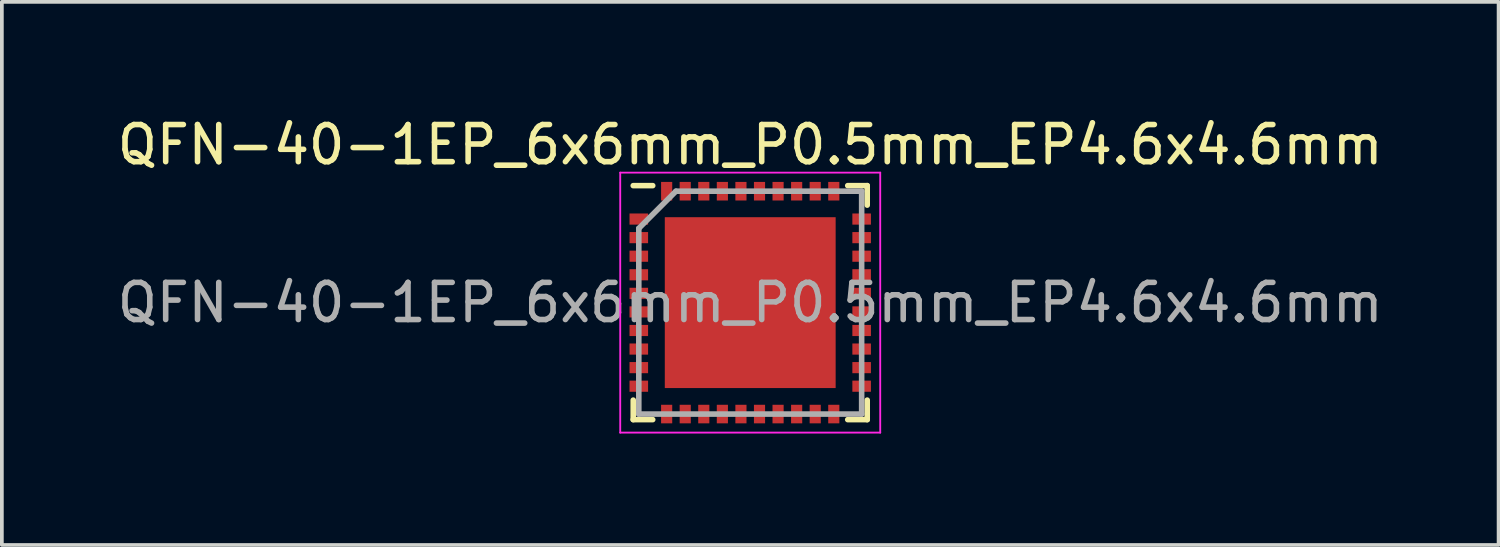
<source format=kicad_pcb>
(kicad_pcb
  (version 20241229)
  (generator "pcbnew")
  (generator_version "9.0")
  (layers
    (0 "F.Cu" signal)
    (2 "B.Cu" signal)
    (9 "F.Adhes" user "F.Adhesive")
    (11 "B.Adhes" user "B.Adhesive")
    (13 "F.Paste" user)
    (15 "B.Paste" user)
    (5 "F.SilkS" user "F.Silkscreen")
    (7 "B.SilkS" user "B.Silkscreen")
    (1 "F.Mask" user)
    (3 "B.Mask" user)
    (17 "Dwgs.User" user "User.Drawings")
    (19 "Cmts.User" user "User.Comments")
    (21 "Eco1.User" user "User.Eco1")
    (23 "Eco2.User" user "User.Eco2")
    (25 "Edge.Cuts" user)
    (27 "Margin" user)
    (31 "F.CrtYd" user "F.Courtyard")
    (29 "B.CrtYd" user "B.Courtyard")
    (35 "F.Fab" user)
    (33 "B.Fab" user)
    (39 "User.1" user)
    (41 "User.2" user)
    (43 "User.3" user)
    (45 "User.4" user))
  (footprint "QFN-40-1EP_6x6mm_P0.5mm_EP4.6x4.6mm"
    (layer "F.Cu")
    (at 17.149 5.098)
    (property "Reference" "QFN-40-1EP_6x6mm_P0.5mm_EP4.6x4.6mm" (at 0 -4.25 0) (layer "F.SilkS") (effects (font (size 1 1) (thickness 0.15))))
    (attr smd)
    (fp_line (start -3.15 -3.15) (end -2.625 -3.15) (stroke (width 0.15) (type solid)) (layer "F.SilkS"))
    (fp_line (start -3.15 3.15) (end -3.15 2.625) (stroke (width 0.15) (type solid)) (layer "F.SilkS"))
    (fp_line (start -3.15 3.15) (end -2.625 3.15) (stroke (width 0.15) (type solid)) (layer "F.SilkS"))
    (fp_line (start 3.15 -3.15) (end 2.625 -3.15) (stroke (width 0.15) (type solid)) (layer "F.SilkS"))
    (fp_line (start 3.15 -3.15) (end 3.15 -2.625) (stroke (width 0.15) (type solid)) (layer "F.SilkS"))
    (fp_line (start 3.15 3.15) (end 2.625 3.15) (stroke (width 0.15) (type solid)) (layer "F.SilkS"))
    (fp_line (start 3.15 3.15) (end 3.15 2.625) (stroke (width 0.15) (type solid)) (layer "F.SilkS"))
    (fp_line (start -3.5 -3.5) (end -3.5 3.5) (stroke (width 0.05) (type solid)) (layer "F.CrtYd"))
    (fp_line (start -3.5 -3.5) (end 3.5 -3.5) (stroke (width 0.05) (type solid)) (layer "F.CrtYd"))
    (fp_line (start -3.5 3.5) (end 3.5 3.5) (stroke (width 0.05) (type solid)) (layer "F.CrtYd"))
    (fp_line (start 3.5 -3.5) (end 3.5 3.5) (stroke (width 0.05) (type solid)) (layer "F.CrtYd"))
    (fp_line (start -3 -2) (end -2 -3) (stroke (width 0.15) (type solid)) (layer "F.Fab"))
    (fp_line (start -3 3) (end -3 -2) (stroke (width 0.15) (type solid)) (layer "F.Fab"))
    (fp_line (start -2 -3) (end 3 -3) (stroke (width 0.15) (type solid)) (layer "F.Fab"))
    (fp_line (start 3 -3) (end 3 3) (stroke (width 0.15) (type solid)) (layer "F.Fab"))
    (fp_line (start 3 3) (end -3 3) (stroke (width 0.15) (type solid)) (layer "F.Fab"))
    (fp_text user "${REFERENCE}" (at 0 0 0) (layer "F.Fab") (effects (font (size 1 1) (thickness 0.15))))
    (pad "" smd rect (at -1.725 -1.725) (size 0.92 0.92) (layers "F.Paste"))
    (pad "" smd rect (at -1.725 -0.575) (size 0.92 0.92) (layers "F.Paste"))
    (pad "" smd rect (at -1.725 0.575) (size 0.92 0.92) (layers "F.Paste"))
    (pad "" smd rect (at -1.725 1.725) (size 0.92 0.92) (layers "F.Paste"))
    (pad "" smd rect (at -0.575 -1.725) (size 0.92 0.92) (layers "F.Paste"))
    (pad "" smd rect (at -0.575 -0.575) (size 0.92 0.92) (layers "F.Paste"))
    (pad "" smd rect (at -0.575 0.575) (size 0.92 0.92) (layers "F.Paste"))
    (pad "" smd rect (at -0.575 1.725) (size 0.92 0.92) (layers "F.Paste"))
    (pad "" smd rect (at 0.575 -1.725) (size 0.92 0.92) (layers "F.Paste"))
    (pad "" smd rect (at 0.575 -0.575) (size 0.92 0.92) (layers "F.Paste"))
    (pad "" smd rect (at 0.575 0.575) (size 0.92 0.92) (layers "F.Paste"))
    (pad "" smd rect (at 0.575 1.725) (size 0.92 0.92) (layers "F.Paste"))
    (pad "" smd rect (at 1.725 -1.725) (size 0.92 0.92) (layers "F.Paste"))
    (pad "" smd rect (at 1.725 -0.575) (size 0.92 0.92) (layers "F.Paste"))
    (pad "" smd rect (at 1.725 0.575) (size 0.92 0.92) (layers "F.Paste"))
    (pad "" smd rect (at 1.725 1.725) (size 0.92 0.92) (layers "F.Paste"))
    (pad "1" smd rect (at -3 -2.25) (size 0.5 0.3) (layers "F.Cu" "F.Mask" "F.Paste"))
    (pad "2" smd rect (at -3 -1.75) (size 0.5 0.3) (layers "F.Cu" "F.Mask" "F.Paste"))
    (pad "3" smd rect (at -3 -1.25) (size 0.5 0.3) (layers "F.Cu" "F.Mask" "F.Paste"))
    (pad "4" smd rect (at -3 -0.75) (size 0.5 0.3) (layers "F.Cu" "F.Mask" "F.Paste"))
    (pad "5" smd rect (at -3 -0.25) (size 0.5 0.3) (layers "F.Cu" "F.Mask" "F.Paste"))
    (pad "6" smd rect (at -3 0.25) (size 0.5 0.3) (layers "F.Cu" "F.Mask" "F.Paste"))
    (pad "7" smd rect (at -3 0.75) (size 0.5 0.3) (layers "F.Cu" "F.Mask" "F.Paste"))
    (pad "8" smd rect (at -3 1.25) (size 0.5 0.3) (layers "F.Cu" "F.Mask" "F.Paste"))
    (pad "9" smd rect (at -3 1.75) (size 0.5 0.3) (layers "F.Cu" "F.Mask" "F.Paste"))
    (pad "10" smd rect (at -3 2.25) (size 0.5 0.3) (layers "F.Cu" "F.Mask" "F.Paste"))
    (pad "11" smd rect (at -2.25 3 90) (size 0.5 0.3) (layers "F.Cu" "F.Mask" "F.Paste"))
    (pad "12" smd rect (at -1.75 3 90) (size 0.5 0.3) (layers "F.Cu" "F.Mask" "F.Paste"))
    (pad "13" smd rect (at -1.25 3 90) (size 0.5 0.3) (layers "F.Cu" "F.Mask" "F.Paste"))
    (pad "14" smd rect (at -0.75 3 90) (size 0.5 0.3) (layers "F.Cu" "F.Mask" "F.Paste"))
    (pad "15" smd rect (at -0.25 3 90) (size 0.5 0.3) (layers "F.Cu" "F.Mask" "F.Paste"))
    (pad "16" smd rect (at 0.25 3 90) (size 0.5 0.3) (layers "F.Cu" "F.Mask" "F.Paste"))
    (pad "17" smd rect (at 0.75 3 90) (size 0.5 0.3) (layers "F.Cu" "F.Mask" "F.Paste"))
    (pad "18" smd rect (at 1.25 3 90) (size 0.5 0.3) (layers "F.Cu" "F.Mask" "F.Paste"))
    (pad "19" smd rect (at 1.75 3 90) (size 0.5 0.3) (layers "F.Cu" "F.Mask" "F.Paste"))
    (pad "20" smd rect (at 2.25 3 90) (size 0.5 0.3) (layers "F.Cu" "F.Mask" "F.Paste"))
    (pad "21" smd rect (at 3 2.25) (size 0.5 0.3) (layers "F.Cu" "F.Mask" "F.Paste"))
    (pad "22" smd rect (at 3 1.75) (size 0.5 0.3) (layers "F.Cu" "F.Mask" "F.Paste"))
    (pad "23" smd rect (at 3 1.25) (size 0.5 0.3) (layers "F.Cu" "F.Mask" "F.Paste"))
    (pad "24" smd rect (at 3 0.75) (size 0.5 0.3) (layers "F.Cu" "F.Mask" "F.Paste"))
    (pad "25" smd rect (at 3 0.25) (size 0.5 0.3) (layers "F.Cu" "F.Mask" "F.Paste"))
    (pad "26" smd rect (at 3 -0.25) (size 0.5 0.3) (layers "F.Cu" "F.Mask" "F.Paste"))
    (pad "27" smd rect (at 3 -0.75) (size 0.5 0.3) (layers "F.Cu" "F.Mask" "F.Paste"))
    (pad "28" smd rect (at 3 -1.25) (size 0.5 0.3) (layers "F.Cu" "F.Mask" "F.Paste"))
    (pad "29" smd rect (at 3 -1.75) (size 0.5 0.3) (layers "F.Cu" "F.Mask" "F.Paste"))
    (pad "30" smd rect (at 3 -2.25) (size 0.5 0.3) (layers "F.Cu" "F.Mask" "F.Paste"))
    (pad "31" smd rect (at 2.25 -3 90) (size 0.5 0.3) (layers "F.Cu" "F.Mask" "F.Paste"))
    (pad "32" smd rect (at 1.75 -3 90) (size 0.5 0.3) (layers "F.Cu" "F.Mask" "F.Paste"))
    (pad "33" smd rect (at 1.25 -3 90) (size 0.5 0.3) (layers "F.Cu" "F.Mask" "F.Paste"))
    (pad "34" smd rect (at 0.75 -3 90) (size 0.5 0.3) (layers "F.Cu" "F.Mask" "F.Paste"))
    (pad "35" smd rect (at 0.25 -3 90) (size 0.5 0.3) (layers "F.Cu" "F.Mask" "F.Paste"))
    (pad "36" smd rect (at -0.25 -3 90) (size 0.5 0.3) (layers "F.Cu" "F.Mask" "F.Paste"))
    (pad "37" smd rect (at -0.75 -3 90) (size 0.5 0.3) (layers "F.Cu" "F.Mask" "F.Paste"))
    (pad "38" smd rect (at -1.25 -3 90) (size 0.5 0.3) (layers "F.Cu" "F.Mask" "F.Paste"))
    (pad "39" smd rect (at -1.75 -3 90) (size 0.5 0.3) (layers "F.Cu" "F.Mask" "F.Paste"))
    (pad "40" smd rect (at -2.25 -3 90) (size 0.5 0.3) (layers "F.Cu" "F.Mask" "F.Paste"))
    (pad "41" smd rect (at 0 0) (size 4.6 4.6) (layers "F.Cu" "F.Mask")))
  (gr_rect
    (start -3 -3)
    (end 37.298 11.623)
    (stroke (width 0.1) (type default))
    (fill no)
    (layer "Edge.Cuts")))
</source>
